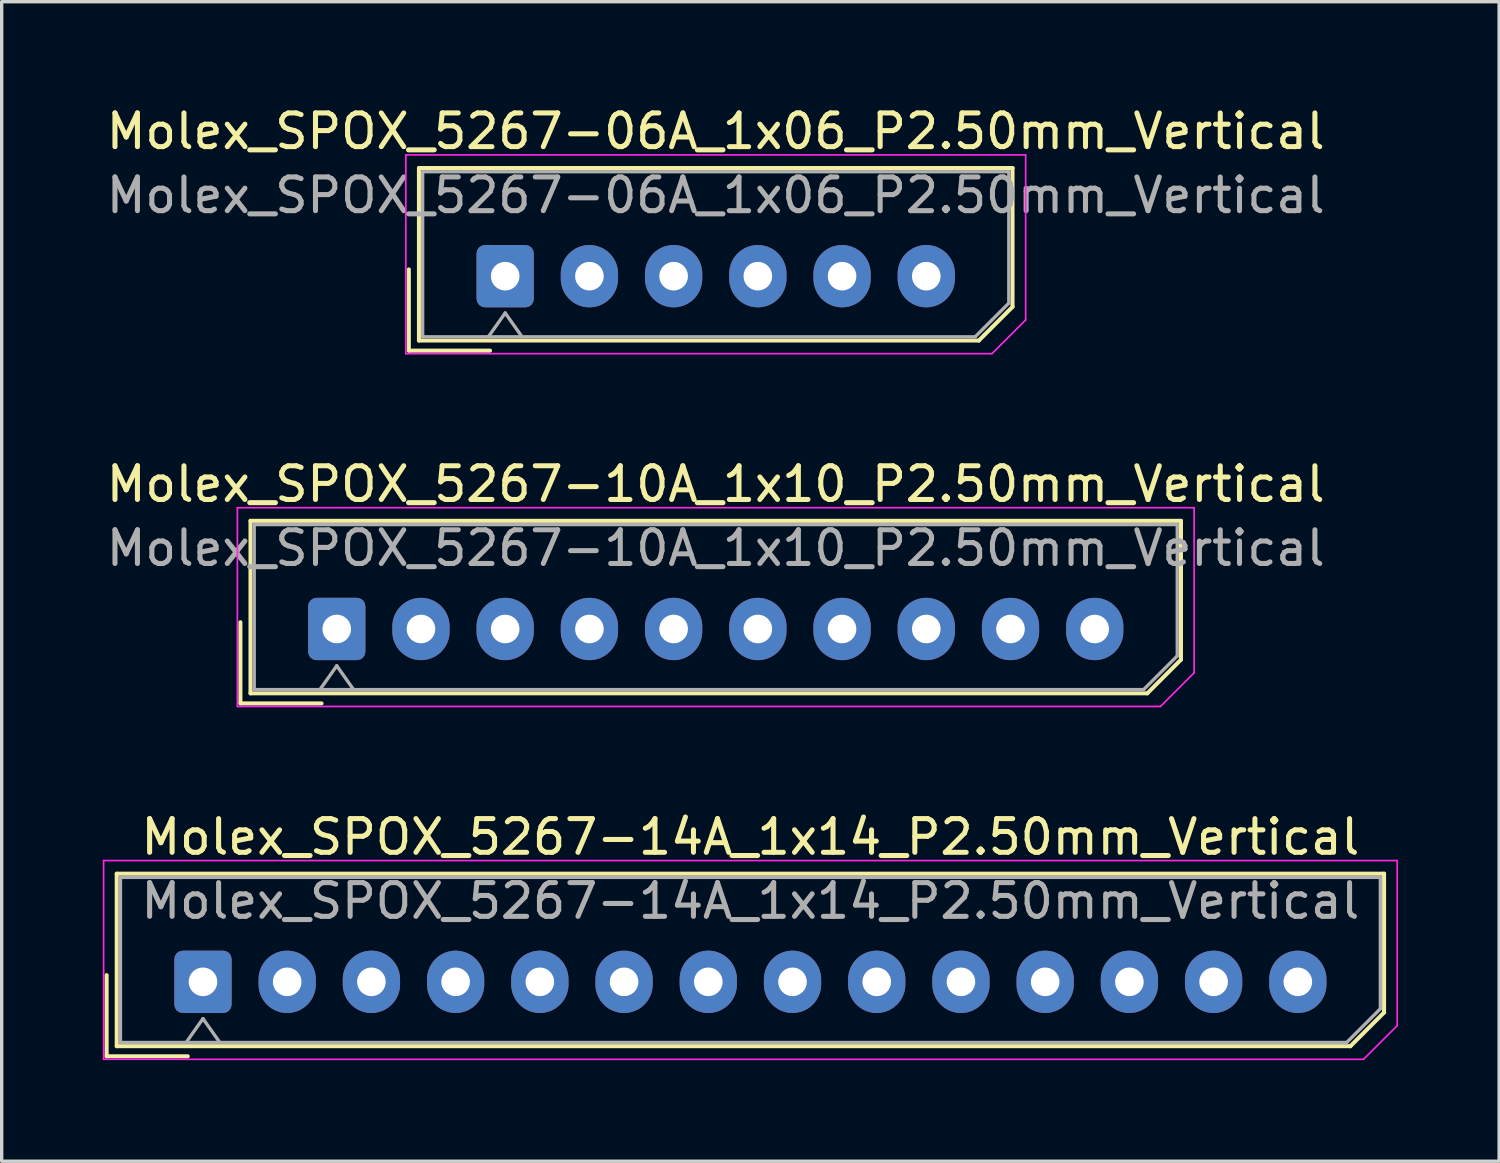
<source format=kicad_pcb>
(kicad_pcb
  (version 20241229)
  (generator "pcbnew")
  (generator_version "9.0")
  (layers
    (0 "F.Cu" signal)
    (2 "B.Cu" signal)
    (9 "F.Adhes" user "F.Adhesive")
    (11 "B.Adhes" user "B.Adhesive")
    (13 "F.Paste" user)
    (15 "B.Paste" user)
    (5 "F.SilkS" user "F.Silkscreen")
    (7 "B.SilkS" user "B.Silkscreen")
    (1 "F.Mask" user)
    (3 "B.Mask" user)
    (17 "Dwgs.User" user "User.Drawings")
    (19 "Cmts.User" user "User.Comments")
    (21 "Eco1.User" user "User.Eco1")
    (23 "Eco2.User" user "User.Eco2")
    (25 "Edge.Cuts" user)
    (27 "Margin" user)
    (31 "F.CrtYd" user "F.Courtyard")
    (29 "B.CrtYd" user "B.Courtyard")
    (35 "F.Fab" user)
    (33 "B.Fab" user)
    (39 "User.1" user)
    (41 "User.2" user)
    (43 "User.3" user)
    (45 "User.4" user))
  (footprint "Molex_SPOX_5267-14A_1x14_P2.50mm_Vertical"
    (layer "F.Cu")
    (at 2.975 26.095)
    (property "Reference" "Molex_SPOX_5267-14A_1x14_P2.50mm_Vertical" (at 16.25 -4.3 0) (layer "F.SilkS") (effects (font (size 1 1) (thickness 0.15))))
    (attr through_hole)
    (fp_line (start -2.86 -0.2) (end -2.86 2.21) (stroke (width 0.12) (type solid)) (layer "F.SilkS"))
    (fp_line (start -2.86 2.21) (end -0.45 2.21) (stroke (width 0.12) (type solid)) (layer "F.SilkS"))
    (fp_line (start -2.56 -3.21) (end -2.56 1.91) (stroke (width 0.12) (type solid)) (layer "F.SilkS"))
    (fp_line (start -2.56 1.91) (end 34.06 1.91) (stroke (width 0.12) (type solid)) (layer "F.SilkS"))
    (fp_line (start 34.06 1.91) (end 35.06 0.91) (stroke (width 0.12) (type solid)) (layer "F.SilkS"))
    (fp_line (start 35.06 -3.21) (end -2.56 -3.21) (stroke (width 0.12) (type solid)) (layer "F.SilkS"))
    (fp_line (start 35.06 0.91) (end 35.06 -3.21) (stroke (width 0.12) (type solid)) (layer "F.SilkS"))
    (fp_line (start -2.95 -3.6) (end -2.95 2.3) (stroke (width 0.05) (type solid)) (layer "F.CrtYd"))
    (fp_line (start -2.95 2.3) (end 34.45 2.3) (stroke (width 0.05) (type solid)) (layer "F.CrtYd"))
    (fp_line (start 34.45 2.3) (end 35.45 1.3) (stroke (width 0.05) (type solid)) (layer "F.CrtYd"))
    (fp_line (start 35.45 -3.6) (end -2.95 -3.6) (stroke (width 0.05) (type solid)) (layer "F.CrtYd"))
    (fp_line (start 35.45 1.3) (end 35.45 -3.6) (stroke (width 0.05) (type solid)) (layer "F.CrtYd"))
    (fp_line (start -2.45 -3.1) (end -2.45 1.8) (stroke (width 0.1) (type solid)) (layer "F.Fab"))
    (fp_line (start -2.45 1.8) (end 33.95 1.8) (stroke (width 0.1) (type solid)) (layer "F.Fab"))
    (fp_line (start -0.5 1.8) (end 0 1.093) (stroke (width 0.1) (type solid)) (layer "F.Fab"))
    (fp_line (start 0 1.093) (end 0.5 1.8) (stroke (width 0.1) (type solid)) (layer "F.Fab"))
    (fp_line (start 33.95 1.8) (end 34.95 0.8) (stroke (width 0.1) (type solid)) (layer "F.Fab"))
    (fp_line (start 34.95 -3.1) (end -2.45 -3.1) (stroke (width 0.1) (type solid)) (layer "F.Fab"))
    (fp_line (start 34.95 0.8) (end 34.95 -3.1) (stroke (width 0.1) (type solid)) (layer "F.Fab"))
    (fp_text user "${REFERENCE}" (at 16.25 -2.4 0) (layer "F.Fab") (effects (font (size 1 1) (thickness 0.15))))
    (pad "1" thru_hole roundrect (at 0 0) (size 1.7 1.85) (drill 0.85) (layers "*.Cu" "*.Mask") (roundrect_rratio 0.147))
    (pad "2" thru_hole oval (at 2.5 0) (size 1.7 1.85) (drill 0.85) (layers "*.Cu" "*.Mask"))
    (pad "3" thru_hole oval (at 5 0) (size 1.7 1.85) (drill 0.85) (layers "*.Cu" "*.Mask"))
    (pad "4" thru_hole oval (at 7.5 0) (size 1.7 1.85) (drill 0.85) (layers "*.Cu" "*.Mask"))
    (pad "5" thru_hole oval (at 10 0) (size 1.7 1.85) (drill 0.85) (layers "*.Cu" "*.Mask"))
    (pad "6" thru_hole oval (at 12.5 0) (size 1.7 1.85) (drill 0.85) (layers "*.Cu" "*.Mask"))
    (pad "7" thru_hole oval (at 15 0) (size 1.7 1.85) (drill 0.85) (layers "*.Cu" "*.Mask"))
    (pad "8" thru_hole oval (at 17.5 0) (size 1.7 1.85) (drill 0.85) (layers "*.Cu" "*.Mask"))
    (pad "9" thru_hole oval (at 20 0) (size 1.7 1.85) (drill 0.85) (layers "*.Cu" "*.Mask"))
    (pad "10" thru_hole oval (at 22.5 0) (size 1.7 1.85) (drill 0.85) (layers "*.Cu" "*.Mask"))
    (pad "11" thru_hole oval (at 25 0) (size 1.7 1.85) (drill 0.85) (layers "*.Cu" "*.Mask"))
    (pad "12" thru_hole oval (at 27.5 0) (size 1.7 1.85) (drill 0.85) (layers "*.Cu" "*.Mask"))
    (pad "13" thru_hole oval (at 30 0) (size 1.7 1.85) (drill 0.85) (layers "*.Cu" "*.Mask"))
    (pad "14" thru_hole oval (at 32.5 0) (size 1.7 1.85) (drill 0.85) (layers "*.Cu" "*.Mask")))
  (footprint "Molex_SPOX_5267-06A_1x06_P2.50mm_Vertical"
    (layer "F.Cu")
    (at 11.946 5.148)
    (property "Reference" "Molex_SPOX_5267-06A_1x06_P2.50mm_Vertical" (at 6.25 -4.3 0) (layer "F.SilkS") (effects (font (size 1 1) (thickness 0.15))))
    (attr through_hole)
    (fp_line (start -2.86 -0.2) (end -2.86 2.21) (stroke (width 0.12) (type solid)) (layer "F.SilkS"))
    (fp_line (start -2.86 2.21) (end -0.45 2.21) (stroke (width 0.12) (type solid)) (layer "F.SilkS"))
    (fp_line (start -2.56 -3.21) (end -2.56 1.91) (stroke (width 0.12) (type solid)) (layer "F.SilkS"))
    (fp_line (start -2.56 1.91) (end 14.06 1.91) (stroke (width 0.12) (type solid)) (layer "F.SilkS"))
    (fp_line (start 14.06 1.91) (end 15.06 0.91) (stroke (width 0.12) (type solid)) (layer "F.SilkS"))
    (fp_line (start 15.06 -3.21) (end -2.56 -3.21) (stroke (width 0.12) (type solid)) (layer "F.SilkS"))
    (fp_line (start 15.06 0.91) (end 15.06 -3.21) (stroke (width 0.12) (type solid)) (layer "F.SilkS"))
    (fp_line (start -2.95 -3.6) (end -2.95 2.3) (stroke (width 0.05) (type solid)) (layer "F.CrtYd"))
    (fp_line (start -2.95 2.3) (end 14.45 2.3) (stroke (width 0.05) (type solid)) (layer "F.CrtYd"))
    (fp_line (start 14.45 2.3) (end 15.45 1.3) (stroke (width 0.05) (type solid)) (layer "F.CrtYd"))
    (fp_line (start 15.45 -3.6) (end -2.95 -3.6) (stroke (width 0.05) (type solid)) (layer "F.CrtYd"))
    (fp_line (start 15.45 1.3) (end 15.45 -3.6) (stroke (width 0.05) (type solid)) (layer "F.CrtYd"))
    (fp_line (start -2.45 -3.1) (end -2.45 1.8) (stroke (width 0.1) (type solid)) (layer "F.Fab"))
    (fp_line (start -2.45 1.8) (end 13.95 1.8) (stroke (width 0.1) (type solid)) (layer "F.Fab"))
    (fp_line (start -0.5 1.8) (end 0 1.093) (stroke (width 0.1) (type solid)) (layer "F.Fab"))
    (fp_line (start 0 1.093) (end 0.5 1.8) (stroke (width 0.1) (type solid)) (layer "F.Fab"))
    (fp_line (start 13.95 1.8) (end 14.95 0.8) (stroke (width 0.1) (type solid)) (layer "F.Fab"))
    (fp_line (start 14.95 -3.1) (end -2.45 -3.1) (stroke (width 0.1) (type solid)) (layer "F.Fab"))
    (fp_line (start 14.95 0.8) (end 14.95 -3.1) (stroke (width 0.1) (type solid)) (layer "F.Fab"))
    (fp_text user "${REFERENCE}" (at 6.25 -2.4 0) (layer "F.Fab") (effects (font (size 1 1) (thickness 0.15))))
    (pad "1" thru_hole roundrect (at 0 0) (size 1.7 1.85) (drill 0.85) (layers "*.Cu" "*.Mask") (roundrect_rratio 0.147))
    (pad "2" thru_hole oval (at 2.5 0) (size 1.7 1.85) (drill 0.85) (layers "*.Cu" "*.Mask"))
    (pad "3" thru_hole oval (at 5 0) (size 1.7 1.85) (drill 0.85) (layers "*.Cu" "*.Mask"))
    (pad "4" thru_hole oval (at 7.5 0) (size 1.7 1.85) (drill 0.85) (layers "*.Cu" "*.Mask"))
    (pad "5" thru_hole oval (at 10 0) (size 1.7 1.85) (drill 0.85) (layers "*.Cu" "*.Mask"))
    (pad "6" thru_hole oval (at 12.5 0) (size 1.7 1.85) (drill 0.85) (layers "*.Cu" "*.Mask")))
  (footprint "Molex_SPOX_5267-10A_1x10_P2.50mm_Vertical"
    (layer "F.Cu")
    (at 6.946 15.621)
    (property "Reference" "Molex_SPOX_5267-10A_1x10_P2.50mm_Vertical" (at 11.25 -4.3 0) (layer "F.SilkS") (effects (font (size 1 1) (thickness 0.15))))
    (attr through_hole)
    (fp_line (start -2.86 -0.2) (end -2.86 2.21) (stroke (width 0.12) (type solid)) (layer "F.SilkS"))
    (fp_line (start -2.86 2.21) (end -0.45 2.21) (stroke (width 0.12) (type solid)) (layer "F.SilkS"))
    (fp_line (start -2.56 -3.21) (end -2.56 1.91) (stroke (width 0.12) (type solid)) (layer "F.SilkS"))
    (fp_line (start -2.56 1.91) (end 24.06 1.91) (stroke (width 0.12) (type solid)) (layer "F.SilkS"))
    (fp_line (start 24.06 1.91) (end 25.06 0.91) (stroke (width 0.12) (type solid)) (layer "F.SilkS"))
    (fp_line (start 25.06 -3.21) (end -2.56 -3.21) (stroke (width 0.12) (type solid)) (layer "F.SilkS"))
    (fp_line (start 25.06 0.91) (end 25.06 -3.21) (stroke (width 0.12) (type solid)) (layer "F.SilkS"))
    (fp_line (start -2.95 -3.6) (end -2.95 2.3) (stroke (width 0.05) (type solid)) (layer "F.CrtYd"))
    (fp_line (start -2.95 2.3) (end 24.45 2.3) (stroke (width 0.05) (type solid)) (layer "F.CrtYd"))
    (fp_line (start 24.45 2.3) (end 25.45 1.3) (stroke (width 0.05) (type solid)) (layer "F.CrtYd"))
    (fp_line (start 25.45 -3.6) (end -2.95 -3.6) (stroke (width 0.05) (type solid)) (layer "F.CrtYd"))
    (fp_line (start 25.45 1.3) (end 25.45 -3.6) (stroke (width 0.05) (type solid)) (layer "F.CrtYd"))
    (fp_line (start -2.45 -3.1) (end -2.45 1.8) (stroke (width 0.1) (type solid)) (layer "F.Fab"))
    (fp_line (start -2.45 1.8) (end 23.95 1.8) (stroke (width 0.1) (type solid)) (layer "F.Fab"))
    (fp_line (start -0.5 1.8) (end 0 1.093) (stroke (width 0.1) (type solid)) (layer "F.Fab"))
    (fp_line (start 0 1.093) (end 0.5 1.8) (stroke (width 0.1) (type solid)) (layer "F.Fab"))
    (fp_line (start 23.95 1.8) (end 24.95 0.8) (stroke (width 0.1) (type solid)) (layer "F.Fab"))
    (fp_line (start 24.95 -3.1) (end -2.45 -3.1) (stroke (width 0.1) (type solid)) (layer "F.Fab"))
    (fp_line (start 24.95 0.8) (end 24.95 -3.1) (stroke (width 0.1) (type solid)) (layer "F.Fab"))
    (fp_text user "${REFERENCE}" (at 11.25 -2.4 0) (layer "F.Fab") (effects (font (size 1 1) (thickness 0.15))))
    (pad "1" thru_hole roundrect (at 0 0) (size 1.7 1.85) (drill 0.85) (layers "*.Cu" "*.Mask") (roundrect_rratio 0.147))
    (pad "2" thru_hole oval (at 2.5 0) (size 1.7 1.85) (drill 0.85) (layers "*.Cu" "*.Mask"))
    (pad "3" thru_hole oval (at 5 0) (size 1.7 1.85) (drill 0.85) (layers "*.Cu" "*.Mask"))
    (pad "4" thru_hole oval (at 7.5 0) (size 1.7 1.85) (drill 0.85) (layers "*.Cu" "*.Mask"))
    (pad "5" thru_hole oval (at 10 0) (size 1.7 1.85) (drill 0.85) (layers "*.Cu" "*.Mask"))
    (pad "6" thru_hole oval (at 12.5 0) (size 1.7 1.85) (drill 0.85) (layers "*.Cu" "*.Mask"))
    (pad "7" thru_hole oval (at 15 0) (size 1.7 1.85) (drill 0.85) (layers "*.Cu" "*.Mask"))
    (pad "8" thru_hole oval (at 17.5 0) (size 1.7 1.85) (drill 0.85) (layers "*.Cu" "*.Mask"))
    (pad "9" thru_hole oval (at 20 0) (size 1.7 1.85) (drill 0.85) (layers "*.Cu" "*.Mask"))
    (pad "10" thru_hole oval (at 22.5 0) (size 1.7 1.85) (drill 0.85) (layers "*.Cu" "*.Mask")))
  (gr_rect
    (start -3 -3)
    (end 41.45 31.42)
    (stroke (width 0.1) (type default))
    (fill no)
    (layer "Edge.Cuts")))
</source>
